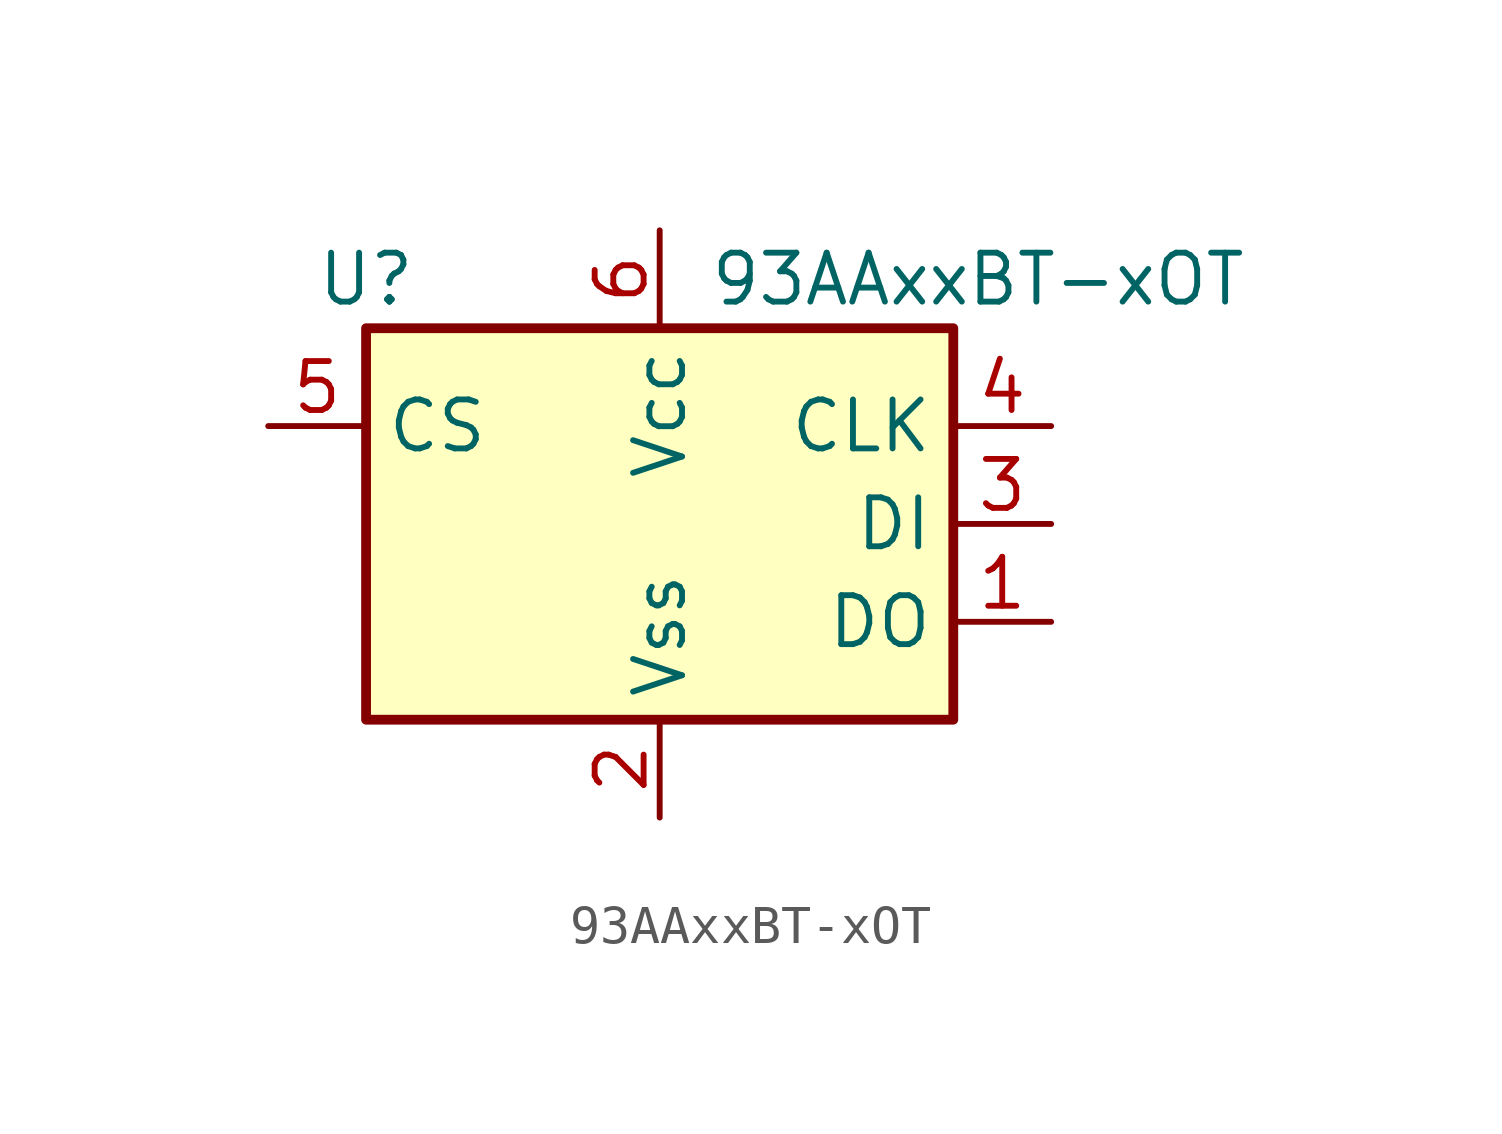
<source format=kicad_sym>
(kicad_symbol_lib
  (version 20231120)
  (generator "kicad_symbol_editor")
  (generator_version "8.0")
  (symbol "93AAxxBT-xOT"
    (property "Reference" "U"
      (at -7.62 6.35 0)
      (effects (font (size 1.27 1.27))))
    (property "Value" "93AAxxBT-xOT"
      (at 1.27 6.35 0)
      (effects (font (size 1.27 1.27)) (justify left)))
    (symbol "93AAxxBT-xOT_1_1"
      (rectangle (start -7.62 5.08) (end 7.62 -5.08) (stroke (width 0.254) (type default)) (fill (type background)))
      (pin tri_state line (at 10.16 -2.54 180) (length 2.54) (name "DO" (effects (font (size 1.27 1.27)))) (number "1" (effects (font (size 1.27 1.27)))))
      (pin power_in line (at 0 -7.62 90) (length 2.54) (name "Vss" (effects (font (size 1.27 1.27)))) (number "2" (effects (font (size 1.27 1.27)))))
      (pin input line (at 10.16 0 180) (length 2.54) (name "DI" (effects (font (size 1.27 1.27)))) (number "3" (effects (font (size 1.27 1.27)))))
      (pin input line (at 10.16 2.54 180) (length 2.54) (name "CLK" (effects (font (size 1.27 1.27)))) (number "4" (effects (font (size 1.27 1.27)))))
      (pin input line (at -10.16 2.54 0) (length 2.54) (name "CS" (effects (font (size 1.27 1.27)))) (number "5" (effects (font (size 1.27 1.27)))))
      (pin power_in line (at 0 7.62 270) (length 2.54) (name "Vсс" (effects (font (size 1.27 1.27)))) (number "6" (effects (font (size 1.27 1.27))))))))
</source>
